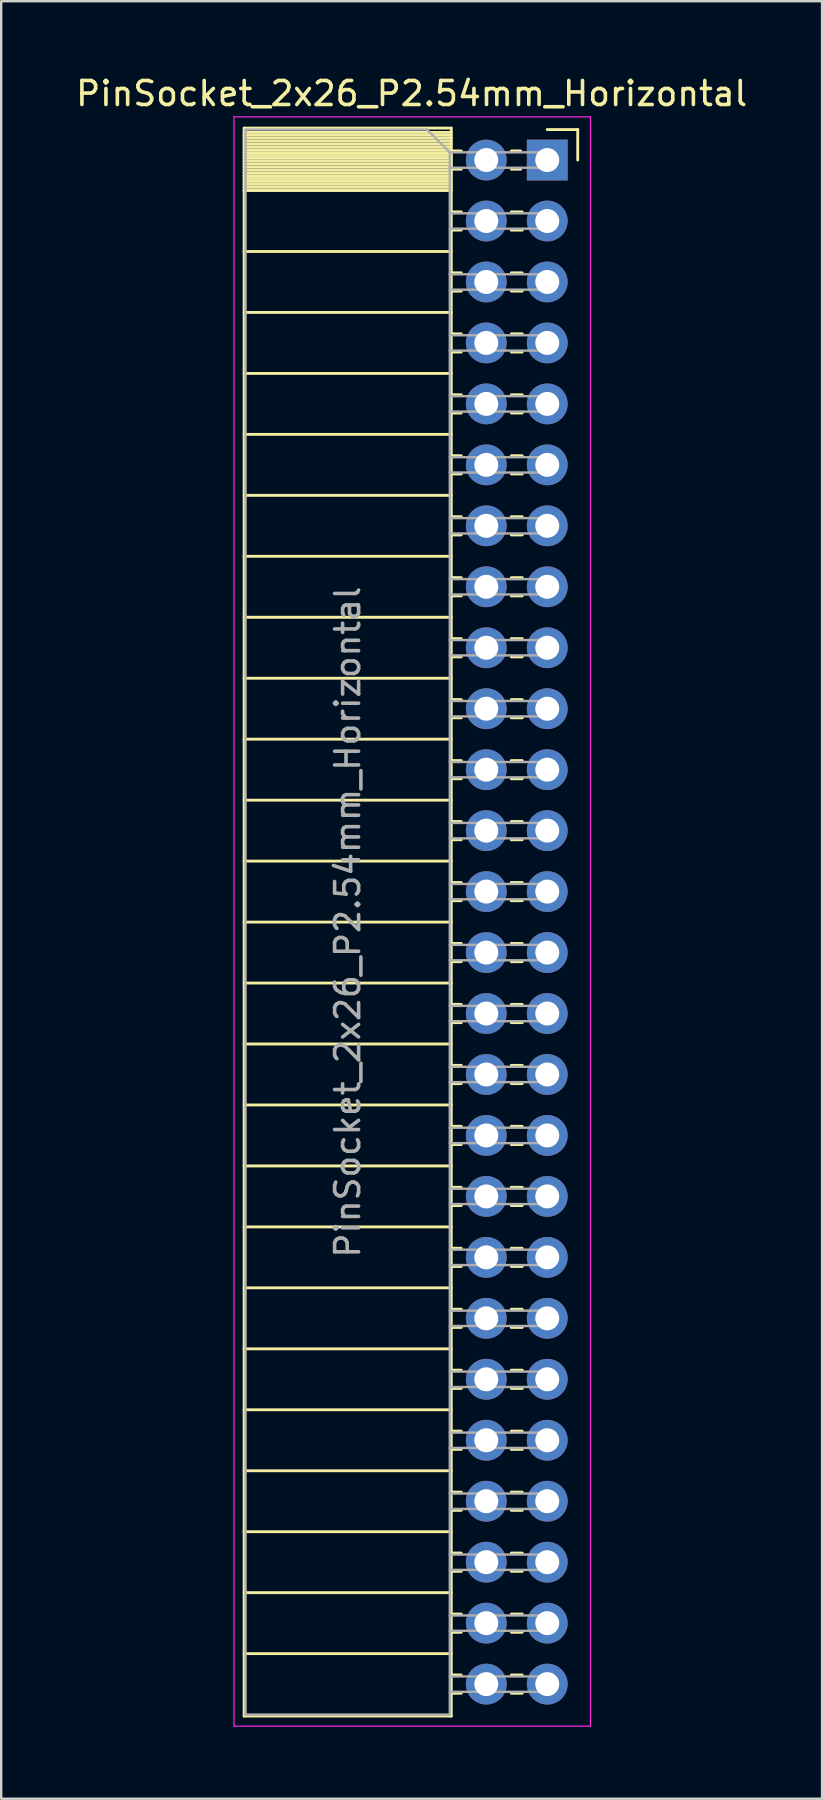
<source format=kicad_pcb>
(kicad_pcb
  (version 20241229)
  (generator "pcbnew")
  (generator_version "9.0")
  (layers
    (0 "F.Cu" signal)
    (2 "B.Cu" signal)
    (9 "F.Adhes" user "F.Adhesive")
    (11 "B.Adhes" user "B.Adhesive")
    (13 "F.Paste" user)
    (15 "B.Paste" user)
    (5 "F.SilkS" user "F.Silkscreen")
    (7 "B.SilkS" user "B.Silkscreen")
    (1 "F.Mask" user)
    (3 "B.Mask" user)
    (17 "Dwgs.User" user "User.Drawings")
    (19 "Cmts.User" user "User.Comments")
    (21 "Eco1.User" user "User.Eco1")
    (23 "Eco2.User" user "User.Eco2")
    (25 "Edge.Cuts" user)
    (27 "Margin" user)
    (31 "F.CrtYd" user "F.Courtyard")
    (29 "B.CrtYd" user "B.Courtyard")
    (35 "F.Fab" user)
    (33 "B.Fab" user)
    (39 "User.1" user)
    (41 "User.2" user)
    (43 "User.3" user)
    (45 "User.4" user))
  (footprint "PinSocket_2x26_P2.54mm_Horizontal"
    (layer "F.Cu")
    (at 19.751 3.618)
    (property "Reference" "PinSocket_2x26_P2.54mm_Horizontal" (at -5.65 -2.77 0) (layer "F.SilkS") (effects (font (size 1 1) (thickness 0.15))))
    (attr through_hole)
    (fp_line (start -12.63 -1.33) (end -12.63 64.83) (stroke (width 0.12) (type solid)) (layer "F.SilkS"))
    (fp_line (start -12.63 -1.33) (end -4 -1.33) (stroke (width 0.12) (type solid)) (layer "F.SilkS"))
    (fp_line (start -12.63 -1.15) (end -4 -1.15) (stroke (width 0.12) (type solid)) (layer "F.SilkS"))
    (fp_line (start -12.63 -1.03) (end -4 -1.03) (stroke (width 0.12) (type solid)) (layer "F.SilkS"))
    (fp_line (start -12.63 -0.91) (end -4 -0.91) (stroke (width 0.12) (type solid)) (layer "F.SilkS"))
    (fp_line (start -12.63 -0.79) (end -4 -0.79) (stroke (width 0.12) (type solid)) (layer "F.SilkS"))
    (fp_line (start -12.63 -0.67) (end -4 -0.67) (stroke (width 0.12) (type solid)) (layer "F.SilkS"))
    (fp_line (start -12.63 -0.55) (end -4 -0.55) (stroke (width 0.12) (type solid)) (layer "F.SilkS"))
    (fp_line (start -12.63 -0.43) (end -4 -0.43) (stroke (width 0.12) (type solid)) (layer "F.SilkS"))
    (fp_line (start -12.63 -0.31) (end -4 -0.31) (stroke (width 0.12) (type solid)) (layer "F.SilkS"))
    (fp_line (start -12.63 -0.19) (end -4 -0.19) (stroke (width 0.12) (type solid)) (layer "F.SilkS"))
    (fp_line (start -12.63 -0.07) (end -4 -0.07) (stroke (width 0.12) (type solid)) (layer "F.SilkS"))
    (fp_line (start -12.63 0.05) (end -4 0.05) (stroke (width 0.12) (type solid)) (layer "F.SilkS"))
    (fp_line (start -12.63 0.17) (end -4 0.17) (stroke (width 0.12) (type solid)) (layer "F.SilkS"))
    (fp_line (start -12.63 0.29) (end -4 0.29) (stroke (width 0.12) (type solid)) (layer "F.SilkS"))
    (fp_line (start -12.63 0.41) (end -4 0.41) (stroke (width 0.12) (type solid)) (layer "F.SilkS"))
    (fp_line (start -12.63 0.53) (end -4 0.53) (stroke (width 0.12) (type solid)) (layer "F.SilkS"))
    (fp_line (start -12.63 0.65) (end -4 0.65) (stroke (width 0.12) (type solid)) (layer "F.SilkS"))
    (fp_line (start -12.63 0.77) (end -4 0.77) (stroke (width 0.12) (type solid)) (layer "F.SilkS"))
    (fp_line (start -12.63 0.89) (end -4 0.89) (stroke (width 0.12) (type solid)) (layer "F.SilkS"))
    (fp_line (start -12.63 1.01) (end -4 1.01) (stroke (width 0.12) (type solid)) (layer "F.SilkS"))
    (fp_line (start -12.63 1.13) (end -4 1.13) (stroke (width 0.12) (type solid)) (layer "F.SilkS"))
    (fp_line (start -12.63 1.25) (end -4 1.25) (stroke (width 0.12) (type solid)) (layer "F.SilkS"))
    (fp_line (start -12.63 1.27) (end -4 1.27) (stroke (width 0.12) (type solid)) (layer "F.SilkS"))
    (fp_line (start -12.63 3.81) (end -4 3.81) (stroke (width 0.12) (type solid)) (layer "F.SilkS"))
    (fp_line (start -12.63 6.35) (end -4 6.35) (stroke (width 0.12) (type solid)) (layer "F.SilkS"))
    (fp_line (start -12.63 8.89) (end -4 8.89) (stroke (width 0.12) (type solid)) (layer "F.SilkS"))
    (fp_line (start -12.63 11.43) (end -4 11.43) (stroke (width 0.12) (type solid)) (layer "F.SilkS"))
    (fp_line (start -12.63 13.97) (end -4 13.97) (stroke (width 0.12) (type solid)) (layer "F.SilkS"))
    (fp_line (start -12.63 16.51) (end -4 16.51) (stroke (width 0.12) (type solid)) (layer "F.SilkS"))
    (fp_line (start -12.63 19.05) (end -4 19.05) (stroke (width 0.12) (type solid)) (layer "F.SilkS"))
    (fp_line (start -12.63 21.59) (end -4 21.59) (stroke (width 0.12) (type solid)) (layer "F.SilkS"))
    (fp_line (start -12.63 24.13) (end -4 24.13) (stroke (width 0.12) (type solid)) (layer "F.SilkS"))
    (fp_line (start -12.63 26.67) (end -4 26.67) (stroke (width 0.12) (type solid)) (layer "F.SilkS"))
    (fp_line (start -12.63 29.21) (end -4 29.21) (stroke (width 0.12) (type solid)) (layer "F.SilkS"))
    (fp_line (start -12.63 31.75) (end -4 31.75) (stroke (width 0.12) (type solid)) (layer "F.SilkS"))
    (fp_line (start -12.63 34.29) (end -4 34.29) (stroke (width 0.12) (type solid)) (layer "F.SilkS"))
    (fp_line (start -12.63 36.83) (end -4 36.83) (stroke (width 0.12) (type solid)) (layer "F.SilkS"))
    (fp_line (start -12.63 39.37) (end -4 39.37) (stroke (width 0.12) (type solid)) (layer "F.SilkS"))
    (fp_line (start -12.63 41.91) (end -4 41.91) (stroke (width 0.12) (type solid)) (layer "F.SilkS"))
    (fp_line (start -12.63 44.45) (end -4 44.45) (stroke (width 0.12) (type solid)) (layer "F.SilkS"))
    (fp_line (start -12.63 46.99) (end -4 46.99) (stroke (width 0.12) (type solid)) (layer "F.SilkS"))
    (fp_line (start -12.63 49.53) (end -4 49.53) (stroke (width 0.12) (type solid)) (layer "F.SilkS"))
    (fp_line (start -12.63 52.07) (end -4 52.07) (stroke (width 0.12) (type solid)) (layer "F.SilkS"))
    (fp_line (start -12.63 54.61) (end -4 54.61) (stroke (width 0.12) (type solid)) (layer "F.SilkS"))
    (fp_line (start -12.63 57.15) (end -4 57.15) (stroke (width 0.12) (type solid)) (layer "F.SilkS"))
    (fp_line (start -12.63 59.69) (end -4 59.69) (stroke (width 0.12) (type solid)) (layer "F.SilkS"))
    (fp_line (start -12.63 62.23) (end -4 62.23) (stroke (width 0.12) (type solid)) (layer "F.SilkS"))
    (fp_line (start -12.63 64.83) (end -4 64.83) (stroke (width 0.12) (type solid)) (layer "F.SilkS"))
    (fp_line (start -4 -1.33) (end -4 64.83) (stroke (width 0.12) (type solid)) (layer "F.SilkS"))
    (fp_line (start -4 -0.38) (end -3.583 -0.38) (stroke (width 0.12) (type solid)) (layer "F.SilkS"))
    (fp_line (start -4 0.38) (end -3.583 0.38) (stroke (width 0.12) (type solid)) (layer "F.SilkS"))
    (fp_line (start -4 2.16) (end -3.583 2.16) (stroke (width 0.12) (type solid)) (layer "F.SilkS"))
    (fp_line (start -4 2.92) (end -3.583 2.92) (stroke (width 0.12) (type solid)) (layer "F.SilkS"))
    (fp_line (start -4 4.7) (end -3.583 4.7) (stroke (width 0.12) (type solid)) (layer "F.SilkS"))
    (fp_line (start -4 5.46) (end -3.583 5.46) (stroke (width 0.12) (type solid)) (layer "F.SilkS"))
    (fp_line (start -4 7.24) (end -3.583 7.24) (stroke (width 0.12) (type solid)) (layer "F.SilkS"))
    (fp_line (start -4 8) (end -3.583 8) (stroke (width 0.12) (type solid)) (layer "F.SilkS"))
    (fp_line (start -4 9.78) (end -3.583 9.78) (stroke (width 0.12) (type solid)) (layer "F.SilkS"))
    (fp_line (start -4 10.54) (end -3.583 10.54) (stroke (width 0.12) (type solid)) (layer "F.SilkS"))
    (fp_line (start -4 12.32) (end -3.583 12.32) (stroke (width 0.12) (type solid)) (layer "F.SilkS"))
    (fp_line (start -4 13.08) (end -3.583 13.08) (stroke (width 0.12) (type solid)) (layer "F.SilkS"))
    (fp_line (start -4 14.86) (end -3.583 14.86) (stroke (width 0.12) (type solid)) (layer "F.SilkS"))
    (fp_line (start -4 15.62) (end -3.583 15.62) (stroke (width 0.12) (type solid)) (layer "F.SilkS"))
    (fp_line (start -4 17.4) (end -3.583 17.4) (stroke (width 0.12) (type solid)) (layer "F.SilkS"))
    (fp_line (start -4 18.16) (end -3.583 18.16) (stroke (width 0.12) (type solid)) (layer "F.SilkS"))
    (fp_line (start -4 19.94) (end -3.583 19.94) (stroke (width 0.12) (type solid)) (layer "F.SilkS"))
    (fp_line (start -4 20.7) (end -3.583 20.7) (stroke (width 0.12) (type solid)) (layer "F.SilkS"))
    (fp_line (start -4 22.48) (end -3.583 22.48) (stroke (width 0.12) (type solid)) (layer "F.SilkS"))
    (fp_line (start -4 23.24) (end -3.583 23.24) (stroke (width 0.12) (type solid)) (layer "F.SilkS"))
    (fp_line (start -4 25.02) (end -3.583 25.02) (stroke (width 0.12) (type solid)) (layer "F.SilkS"))
    (fp_line (start -4 25.78) (end -3.583 25.78) (stroke (width 0.12) (type solid)) (layer "F.SilkS"))
    (fp_line (start -4 27.56) (end -3.583 27.56) (stroke (width 0.12) (type solid)) (layer "F.SilkS"))
    (fp_line (start -4 28.32) (end -3.583 28.32) (stroke (width 0.12) (type solid)) (layer "F.SilkS"))
    (fp_line (start -4 30.1) (end -3.583 30.1) (stroke (width 0.12) (type solid)) (layer "F.SilkS"))
    (fp_line (start -4 30.86) (end -3.583 30.86) (stroke (width 0.12) (type solid)) (layer "F.SilkS"))
    (fp_line (start -4 32.64) (end -3.583 32.64) (stroke (width 0.12) (type solid)) (layer "F.SilkS"))
    (fp_line (start -4 33.4) (end -3.583 33.4) (stroke (width 0.12) (type solid)) (layer "F.SilkS"))
    (fp_line (start -4 35.18) (end -3.583 35.18) (stroke (width 0.12) (type solid)) (layer "F.SilkS"))
    (fp_line (start -4 35.94) (end -3.583 35.94) (stroke (width 0.12) (type solid)) (layer "F.SilkS"))
    (fp_line (start -4 37.72) (end -3.583 37.72) (stroke (width 0.12) (type solid)) (layer "F.SilkS"))
    (fp_line (start -4 38.48) (end -3.583 38.48) (stroke (width 0.12) (type solid)) (layer "F.SilkS"))
    (fp_line (start -4 40.26) (end -3.583 40.26) (stroke (width 0.12) (type solid)) (layer "F.SilkS"))
    (fp_line (start -4 41.02) (end -3.583 41.02) (stroke (width 0.12) (type solid)) (layer "F.SilkS"))
    (fp_line (start -4 42.8) (end -3.583 42.8) (stroke (width 0.12) (type solid)) (layer "F.SilkS"))
    (fp_line (start -4 43.56) (end -3.583 43.56) (stroke (width 0.12) (type solid)) (layer "F.SilkS"))
    (fp_line (start -4 45.34) (end -3.583 45.34) (stroke (width 0.12) (type solid)) (layer "F.SilkS"))
    (fp_line (start -4 46.1) (end -3.583 46.1) (stroke (width 0.12) (type solid)) (layer "F.SilkS"))
    (fp_line (start -4 47.88) (end -3.583 47.88) (stroke (width 0.12) (type solid)) (layer "F.SilkS"))
    (fp_line (start -4 48.64) (end -3.583 48.64) (stroke (width 0.12) (type solid)) (layer "F.SilkS"))
    (fp_line (start -4 50.42) (end -3.583 50.42) (stroke (width 0.12) (type solid)) (layer "F.SilkS"))
    (fp_line (start -4 51.18) (end -3.583 51.18) (stroke (width 0.12) (type solid)) (layer "F.SilkS"))
    (fp_line (start -4 52.96) (end -3.583 52.96) (stroke (width 0.12) (type solid)) (layer "F.SilkS"))
    (fp_line (start -4 53.72) (end -3.583 53.72) (stroke (width 0.12) (type solid)) (layer "F.SilkS"))
    (fp_line (start -4 55.5) (end -3.583 55.5) (stroke (width 0.12) (type solid)) (layer "F.SilkS"))
    (fp_line (start -4 56.26) (end -3.583 56.26) (stroke (width 0.12) (type solid)) (layer "F.SilkS"))
    (fp_line (start -4 58.04) (end -3.583 58.04) (stroke (width 0.12) (type solid)) (layer "F.SilkS"))
    (fp_line (start -4 58.8) (end -3.583 58.8) (stroke (width 0.12) (type solid)) (layer "F.SilkS"))
    (fp_line (start -4 60.58) (end -3.583 60.58) (stroke (width 0.12) (type solid)) (layer "F.SilkS"))
    (fp_line (start -4 61.34) (end -3.583 61.34) (stroke (width 0.12) (type solid)) (layer "F.SilkS"))
    (fp_line (start -4 63.12) (end -3.583 63.12) (stroke (width 0.12) (type solid)) (layer "F.SilkS"))
    (fp_line (start -4 63.88) (end -3.583 63.88) (stroke (width 0.12) (type solid)) (layer "F.SilkS"))
    (fp_line (start -1.497 -0.38) (end -1.11 -0.38) (stroke (width 0.12) (type solid)) (layer "F.SilkS"))
    (fp_line (start -1.497 0.38) (end -1.11 0.38) (stroke (width 0.12) (type solid)) (layer "F.SilkS"))
    (fp_line (start -1.497 2.16) (end -1.043 2.16) (stroke (width 0.12) (type solid)) (layer "F.SilkS"))
    (fp_line (start -1.497 2.92) (end -1.043 2.92) (stroke (width 0.12) (type solid)) (layer "F.SilkS"))
    (fp_line (start -1.497 4.7) (end -1.043 4.7) (stroke (width 0.12) (type solid)) (layer "F.SilkS"))
    (fp_line (start -1.497 5.46) (end -1.043 5.46) (stroke (width 0.12) (type solid)) (layer "F.SilkS"))
    (fp_line (start -1.497 7.24) (end -1.043 7.24) (stroke (width 0.12) (type solid)) (layer "F.SilkS"))
    (fp_line (start -1.497 8) (end -1.043 8) (stroke (width 0.12) (type solid)) (layer "F.SilkS"))
    (fp_line (start -1.497 9.78) (end -1.043 9.78) (stroke (width 0.12) (type solid)) (layer "F.SilkS"))
    (fp_line (start -1.497 10.54) (end -1.043 10.54) (stroke (width 0.12) (type solid)) (layer "F.SilkS"))
    (fp_line (start -1.497 12.32) (end -1.043 12.32) (stroke (width 0.12) (type solid)) (layer "F.SilkS"))
    (fp_line (start -1.497 13.08) (end -1.043 13.08) (stroke (width 0.12) (type solid)) (layer "F.SilkS"))
    (fp_line (start -1.497 14.86) (end -1.043 14.86) (stroke (width 0.12) (type solid)) (layer "F.SilkS"))
    (fp_line (start -1.497 15.62) (end -1.043 15.62) (stroke (width 0.12) (type solid)) (layer "F.SilkS"))
    (fp_line (start -1.497 17.4) (end -1.043 17.4) (stroke (width 0.12) (type solid)) (layer "F.SilkS"))
    (fp_line (start -1.497 18.16) (end -1.043 18.16) (stroke (width 0.12) (type solid)) (layer "F.SilkS"))
    (fp_line (start -1.497 19.94) (end -1.043 19.94) (stroke (width 0.12) (type solid)) (layer "F.SilkS"))
    (fp_line (start -1.497 20.7) (end -1.043 20.7) (stroke (width 0.12) (type solid)) (layer "F.SilkS"))
    (fp_line (start -1.497 22.48) (end -1.043 22.48) (stroke (width 0.12) (type solid)) (layer "F.SilkS"))
    (fp_line (start -1.497 23.24) (end -1.043 23.24) (stroke (width 0.12) (type solid)) (layer "F.SilkS"))
    (fp_line (start -1.497 25.02) (end -1.043 25.02) (stroke (width 0.12) (type solid)) (layer "F.SilkS"))
    (fp_line (start -1.497 25.78) (end -1.043 25.78) (stroke (width 0.12) (type solid)) (layer "F.SilkS"))
    (fp_line (start -1.497 27.56) (end -1.043 27.56) (stroke (width 0.12) (type solid)) (layer "F.SilkS"))
    (fp_line (start -1.497 28.32) (end -1.043 28.32) (stroke (width 0.12) (type solid)) (layer "F.SilkS"))
    (fp_line (start -1.497 30.1) (end -1.043 30.1) (stroke (width 0.12) (type solid)) (layer "F.SilkS"))
    (fp_line (start -1.497 30.86) (end -1.043 30.86) (stroke (width 0.12) (type solid)) (layer "F.SilkS"))
    (fp_line (start -1.497 32.64) (end -1.043 32.64) (stroke (width 0.12) (type solid)) (layer "F.SilkS"))
    (fp_line (start -1.497 33.4) (end -1.043 33.4) (stroke (width 0.12) (type solid)) (layer "F.SilkS"))
    (fp_line (start -1.497 35.18) (end -1.043 35.18) (stroke (width 0.12) (type solid)) (layer "F.SilkS"))
    (fp_line (start -1.497 35.94) (end -1.043 35.94) (stroke (width 0.12) (type solid)) (layer "F.SilkS"))
    (fp_line (start -1.497 37.72) (end -1.043 37.72) (stroke (width 0.12) (type solid)) (layer "F.SilkS"))
    (fp_line (start -1.497 38.48) (end -1.043 38.48) (stroke (width 0.12) (type solid)) (layer "F.SilkS"))
    (fp_line (start -1.497 40.26) (end -1.043 40.26) (stroke (width 0.12) (type solid)) (layer "F.SilkS"))
    (fp_line (start -1.497 41.02) (end -1.043 41.02) (stroke (width 0.12) (type solid)) (layer "F.SilkS"))
    (fp_line (start -1.497 42.8) (end -1.043 42.8) (stroke (width 0.12) (type solid)) (layer "F.SilkS"))
    (fp_line (start -1.497 43.56) (end -1.043 43.56) (stroke (width 0.12) (type solid)) (layer "F.SilkS"))
    (fp_line (start -1.497 45.34) (end -1.043 45.34) (stroke (width 0.12) (type solid)) (layer "F.SilkS"))
    (fp_line (start -1.497 46.1) (end -1.043 46.1) (stroke (width 0.12) (type solid)) (layer "F.SilkS"))
    (fp_line (start -1.497 47.88) (end -1.043 47.88) (stroke (width 0.12) (type solid)) (layer "F.SilkS"))
    (fp_line (start -1.497 48.64) (end -1.043 48.64) (stroke (width 0.12) (type solid)) (layer "F.SilkS"))
    (fp_line (start -1.497 50.42) (end -1.043 50.42) (stroke (width 0.12) (type solid)) (layer "F.SilkS"))
    (fp_line (start -1.497 51.18) (end -1.043 51.18) (stroke (width 0.12) (type solid)) (layer "F.SilkS"))
    (fp_line (start -1.497 52.96) (end -1.043 52.96) (stroke (width 0.12) (type solid)) (layer "F.SilkS"))
    (fp_line (start -1.497 53.72) (end -1.043 53.72) (stroke (width 0.12) (type solid)) (layer "F.SilkS"))
    (fp_line (start -1.497 55.5) (end -1.043 55.5) (stroke (width 0.12) (type solid)) (layer "F.SilkS"))
    (fp_line (start -1.497 56.26) (end -1.043 56.26) (stroke (width 0.12) (type solid)) (layer "F.SilkS"))
    (fp_line (start -1.497 58.04) (end -1.043 58.04) (stroke (width 0.12) (type solid)) (layer "F.SilkS"))
    (fp_line (start -1.497 58.8) (end -1.043 58.8) (stroke (width 0.12) (type solid)) (layer "F.SilkS"))
    (fp_line (start -1.497 60.58) (end -1.043 60.58) (stroke (width 0.12) (type solid)) (layer "F.SilkS"))
    (fp_line (start -1.497 61.34) (end -1.043 61.34) (stroke (width 0.12) (type solid)) (layer "F.SilkS"))
    (fp_line (start -1.497 63.12) (end -1.043 63.12) (stroke (width 0.12) (type solid)) (layer "F.SilkS"))
    (fp_line (start -1.497 63.88) (end -1.043 63.88) (stroke (width 0.12) (type solid)) (layer "F.SilkS"))
    (fp_line (start 0 -1.27) (end 1.27 -1.27) (stroke (width 0.12) (type solid)) (layer "F.SilkS"))
    (fp_line (start 1.27 -1.27) (end 1.27 0) (stroke (width 0.12) (type solid)) (layer "F.SilkS"))
    (fp_line (start -13.05 -1.8) (end -13.05 65.25) (stroke (width 0.05) (type solid)) (layer "F.CrtYd"))
    (fp_line (start -13.05 65.25) (end 1.8 65.25) (stroke (width 0.05) (type solid)) (layer "F.CrtYd"))
    (fp_line (start 1.8 -1.8) (end -13.05 -1.8) (stroke (width 0.05) (type solid)) (layer "F.CrtYd"))
    (fp_line (start 1.8 65.25) (end 1.8 -1.8) (stroke (width 0.05) (type solid)) (layer "F.CrtYd"))
    (fp_line (start -12.57 -1.27) (end -5.01 -1.27) (stroke (width 0.1) (type solid)) (layer "F.Fab"))
    (fp_line (start -12.57 64.77) (end -12.57 -1.27) (stroke (width 0.1) (type solid)) (layer "F.Fab"))
    (fp_line (start -5.01 -1.27) (end -4.06 -0.32) (stroke (width 0.1) (type solid)) (layer "F.Fab"))
    (fp_line (start -4.06 -0.32) (end -4.06 64.77) (stroke (width 0.1) (type solid)) (layer "F.Fab"))
    (fp_line (start -4.06 0.32) (end 0 0.32) (stroke (width 0.1) (type solid)) (layer "F.Fab"))
    (fp_line (start -4.06 2.86) (end 0 2.86) (stroke (width 0.1) (type solid)) (layer "F.Fab"))
    (fp_line (start -4.06 5.4) (end 0 5.4) (stroke (width 0.1) (type solid)) (layer "F.Fab"))
    (fp_line (start -4.06 7.94) (end 0 7.94) (stroke (width 0.1) (type solid)) (layer "F.Fab"))
    (fp_line (start -4.06 10.48) (end 0 10.48) (stroke (width 0.1) (type solid)) (layer "F.Fab"))
    (fp_line (start -4.06 13.02) (end 0 13.02) (stroke (width 0.1) (type solid)) (layer "F.Fab"))
    (fp_line (start -4.06 15.56) (end 0 15.56) (stroke (width 0.1) (type solid)) (layer "F.Fab"))
    (fp_line (start -4.06 18.1) (end 0 18.1) (stroke (width 0.1) (type solid)) (layer "F.Fab"))
    (fp_line (start -4.06 20.64) (end 0 20.64) (stroke (width 0.1) (type solid)) (layer "F.Fab"))
    (fp_line (start -4.06 23.18) (end 0 23.18) (stroke (width 0.1) (type solid)) (layer "F.Fab"))
    (fp_line (start -4.06 25.72) (end 0 25.72) (stroke (width 0.1) (type solid)) (layer "F.Fab"))
    (fp_line (start -4.06 28.26) (end 0 28.26) (stroke (width 0.1) (type solid)) (layer "F.Fab"))
    (fp_line (start -4.06 30.8) (end 0 30.8) (stroke (width 0.1) (type solid)) (layer "F.Fab"))
    (fp_line (start -4.06 33.34) (end 0 33.34) (stroke (width 0.1) (type solid)) (layer "F.Fab"))
    (fp_line (start -4.06 35.88) (end 0 35.88) (stroke (width 0.1) (type solid)) (layer "F.Fab"))
    (fp_line (start -4.06 38.42) (end 0 38.42) (stroke (width 0.1) (type solid)) (layer "F.Fab"))
    (fp_line (start -4.06 40.96) (end 0 40.96) (stroke (width 0.1) (type solid)) (layer "F.Fab"))
    (fp_line (start -4.06 43.5) (end 0 43.5) (stroke (width 0.1) (type solid)) (layer "F.Fab"))
    (fp_line (start -4.06 46.04) (end 0 46.04) (stroke (width 0.1) (type solid)) (layer "F.Fab"))
    (fp_line (start -4.06 48.58) (end 0 48.58) (stroke (width 0.1) (type solid)) (layer "F.Fab"))
    (fp_line (start -4.06 51.12) (end 0 51.12) (stroke (width 0.1) (type solid)) (layer "F.Fab"))
    (fp_line (start -4.06 53.66) (end 0 53.66) (stroke (width 0.1) (type solid)) (layer "F.Fab"))
    (fp_line (start -4.06 56.2) (end 0 56.2) (stroke (width 0.1) (type solid)) (layer "F.Fab"))
    (fp_line (start -4.06 58.74) (end 0 58.74) (stroke (width 0.1) (type solid)) (layer "F.Fab"))
    (fp_line (start -4.06 61.28) (end 0 61.28) (stroke (width 0.1) (type solid)) (layer "F.Fab"))
    (fp_line (start -4.06 63.82) (end 0 63.82) (stroke (width 0.1) (type solid)) (layer "F.Fab"))
    (fp_line (start -4.06 64.77) (end -12.57 64.77) (stroke (width 0.1) (type solid)) (layer "F.Fab"))
    (fp_line (start 0 -0.32) (end -4.06 -0.32) (stroke (width 0.1) (type solid)) (layer "F.Fab"))
    (fp_line (start 0 0.32) (end 0 -0.32) (stroke (width 0.1) (type solid)) (layer "F.Fab"))
    (fp_line (start 0 2.22) (end -4.06 2.22) (stroke (width 0.1) (type solid)) (layer "F.Fab"))
    (fp_line (start 0 2.86) (end 0 2.22) (stroke (width 0.1) (type solid)) (layer "F.Fab"))
    (fp_line (start 0 4.76) (end -4.06 4.76) (stroke (width 0.1) (type solid)) (layer "F.Fab"))
    (fp_line (start 0 5.4) (end 0 4.76) (stroke (width 0.1) (type solid)) (layer "F.Fab"))
    (fp_line (start 0 7.3) (end -4.06 7.3) (stroke (width 0.1) (type solid)) (layer "F.Fab"))
    (fp_line (start 0 7.94) (end 0 7.3) (stroke (width 0.1) (type solid)) (layer "F.Fab"))
    (fp_line (start 0 9.84) (end -4.06 9.84) (stroke (width 0.1) (type solid)) (layer "F.Fab"))
    (fp_line (start 0 10.48) (end 0 9.84) (stroke (width 0.1) (type solid)) (layer "F.Fab"))
    (fp_line (start 0 12.38) (end -4.06 12.38) (stroke (width 0.1) (type solid)) (layer "F.Fab"))
    (fp_line (start 0 13.02) (end 0 12.38) (stroke (width 0.1) (type solid)) (layer "F.Fab"))
    (fp_line (start 0 14.92) (end -4.06 14.92) (stroke (width 0.1) (type solid)) (layer "F.Fab"))
    (fp_line (start 0 15.56) (end 0 14.92) (stroke (width 0.1) (type solid)) (layer "F.Fab"))
    (fp_line (start 0 17.46) (end -4.06 17.46) (stroke (width 0.1) (type solid)) (layer "F.Fab"))
    (fp_line (start 0 18.1) (end 0 17.46) (stroke (width 0.1) (type solid)) (layer "F.Fab"))
    (fp_line (start 0 20) (end -4.06 20) (stroke (width 0.1) (type solid)) (layer "F.Fab"))
    (fp_line (start 0 20.64) (end 0 20) (stroke (width 0.1) (type solid)) (layer "F.Fab"))
    (fp_line (start 0 22.54) (end -4.06 22.54) (stroke (width 0.1) (type solid)) (layer "F.Fab"))
    (fp_line (start 0 23.18) (end 0 22.54) (stroke (width 0.1) (type solid)) (layer "F.Fab"))
    (fp_line (start 0 25.08) (end -4.06 25.08) (stroke (width 0.1) (type solid)) (layer "F.Fab"))
    (fp_line (start 0 25.72) (end 0 25.08) (stroke (width 0.1) (type solid)) (layer "F.Fab"))
    (fp_line (start 0 27.62) (end -4.06 27.62) (stroke (width 0.1) (type solid)) (layer "F.Fab"))
    (fp_line (start 0 28.26) (end 0 27.62) (stroke (width 0.1) (type solid)) (layer "F.Fab"))
    (fp_line (start 0 30.16) (end -4.06 30.16) (stroke (width 0.1) (type solid)) (layer "F.Fab"))
    (fp_line (start 0 30.8) (end 0 30.16) (stroke (width 0.1) (type solid)) (layer "F.Fab"))
    (fp_line (start 0 32.7) (end -4.06 32.7) (stroke (width 0.1) (type solid)) (layer "F.Fab"))
    (fp_line (start 0 33.34) (end 0 32.7) (stroke (width 0.1) (type solid)) (layer "F.Fab"))
    (fp_line (start 0 35.24) (end -4.06 35.24) (stroke (width 0.1) (type solid)) (layer "F.Fab"))
    (fp_line (start 0 35.88) (end 0 35.24) (stroke (width 0.1) (type solid)) (layer "F.Fab"))
    (fp_line (start 0 37.78) (end -4.06 37.78) (stroke (width 0.1) (type solid)) (layer "F.Fab"))
    (fp_line (start 0 38.42) (end 0 37.78) (stroke (width 0.1) (type solid)) (layer "F.Fab"))
    (fp_line (start 0 40.32) (end -4.06 40.32) (stroke (width 0.1) (type solid)) (layer "F.Fab"))
    (fp_line (start 0 40.96) (end 0 40.32) (stroke (width 0.1) (type solid)) (layer "F.Fab"))
    (fp_line (start 0 42.86) (end -4.06 42.86) (stroke (width 0.1) (type solid)) (layer "F.Fab"))
    (fp_line (start 0 43.5) (end 0 42.86) (stroke (width 0.1) (type solid)) (layer "F.Fab"))
    (fp_line (start 0 45.4) (end -4.06 45.4) (stroke (width 0.1) (type solid)) (layer "F.Fab"))
    (fp_line (start 0 46.04) (end 0 45.4) (stroke (width 0.1) (type solid)) (layer "F.Fab"))
    (fp_line (start 0 47.94) (end -4.06 47.94) (stroke (width 0.1) (type solid)) (layer "F.Fab"))
    (fp_line (start 0 48.58) (end 0 47.94) (stroke (width 0.1) (type solid)) (layer "F.Fab"))
    (fp_line (start 0 50.48) (end -4.06 50.48) (stroke (width 0.1) (type solid)) (layer "F.Fab"))
    (fp_line (start 0 51.12) (end 0 50.48) (stroke (width 0.1) (type solid)) (layer "F.Fab"))
    (fp_line (start 0 53.02) (end -4.06 53.02) (stroke (width 0.1) (type solid)) (layer "F.Fab"))
    (fp_line (start 0 53.66) (end 0 53.02) (stroke (width 0.1) (type solid)) (layer "F.Fab"))
    (fp_line (start 0 55.56) (end -4.06 55.56) (stroke (width 0.1) (type solid)) (layer "F.Fab"))
    (fp_line (start 0 56.2) (end 0 55.56) (stroke (width 0.1) (type solid)) (layer "F.Fab"))
    (fp_line (start 0 58.1) (end -4.06 58.1) (stroke (width 0.1) (type solid)) (layer "F.Fab"))
    (fp_line (start 0 58.74) (end 0 58.1) (stroke (width 0.1) (type solid)) (layer "F.Fab"))
    (fp_line (start 0 60.64) (end -4.06 60.64) (stroke (width 0.1) (type solid)) (layer "F.Fab"))
    (fp_line (start 0 61.28) (end 0 60.64) (stroke (width 0.1) (type solid)) (layer "F.Fab"))
    (fp_line (start 0 63.18) (end -4.06 63.18) (stroke (width 0.1) (type solid)) (layer "F.Fab"))
    (fp_line (start 0 63.82) (end 0 63.18) (stroke (width 0.1) (type solid)) (layer "F.Fab"))
    (fp_text user "${REFERENCE}" (at -8.315 31.75 90) (layer "F.Fab") (effects (font (size 1 1) (thickness 0.15))))
    (pad "1" thru_hole rect (at 0 0) (size 1.7 1.7) (drill 1) (layers "*.Cu" "*.Mask"))
    (pad "2" thru_hole oval (at -2.54 0) (size 1.7 1.7) (drill 1) (layers "*.Cu" "*.Mask"))
    (pad "3" thru_hole oval (at 0 2.54) (size 1.7 1.7) (drill 1) (layers "*.Cu" "*.Mask"))
    (pad "4" thru_hole oval (at -2.54 2.54) (size 1.7 1.7) (drill 1) (layers "*.Cu" "*.Mask"))
    (pad "5" thru_hole oval (at 0 5.08) (size 1.7 1.7) (drill 1) (layers "*.Cu" "*.Mask"))
    (pad "6" thru_hole oval (at -2.54 5.08) (size 1.7 1.7) (drill 1) (layers "*.Cu" "*.Mask"))
    (pad "7" thru_hole oval (at 0 7.62) (size 1.7 1.7) (drill 1) (layers "*.Cu" "*.Mask"))
    (pad "8" thru_hole oval (at -2.54 7.62) (size 1.7 1.7) (drill 1) (layers "*.Cu" "*.Mask"))
    (pad "9" thru_hole oval (at 0 10.16) (size 1.7 1.7) (drill 1) (layers "*.Cu" "*.Mask"))
    (pad "10" thru_hole oval (at -2.54 10.16) (size 1.7 1.7) (drill 1) (layers "*.Cu" "*.Mask"))
    (pad "11" thru_hole oval (at 0 12.7) (size 1.7 1.7) (drill 1) (layers "*.Cu" "*.Mask"))
    (pad "12" thru_hole oval (at -2.54 12.7) (size 1.7 1.7) (drill 1) (layers "*.Cu" "*.Mask"))
    (pad "13" thru_hole oval (at 0 15.24) (size 1.7 1.7) (drill 1) (layers "*.Cu" "*.Mask"))
    (pad "14" thru_hole oval (at -2.54 15.24) (size 1.7 1.7) (drill 1) (layers "*.Cu" "*.Mask"))
    (pad "15" thru_hole oval (at 0 17.78) (size 1.7 1.7) (drill 1) (layers "*.Cu" "*.Mask"))
    (pad "16" thru_hole oval (at -2.54 17.78) (size 1.7 1.7) (drill 1) (layers "*.Cu" "*.Mask"))
    (pad "17" thru_hole oval (at 0 20.32) (size 1.7 1.7) (drill 1) (layers "*.Cu" "*.Mask"))
    (pad "18" thru_hole oval (at -2.54 20.32) (size 1.7 1.7) (drill 1) (layers "*.Cu" "*.Mask"))
    (pad "19" thru_hole oval (at 0 22.86) (size 1.7 1.7) (drill 1) (layers "*.Cu" "*.Mask"))
    (pad "20" thru_hole oval (at -2.54 22.86) (size 1.7 1.7) (drill 1) (layers "*.Cu" "*.Mask"))
    (pad "21" thru_hole oval (at 0 25.4) (size 1.7 1.7) (drill 1) (layers "*.Cu" "*.Mask"))
    (pad "22" thru_hole oval (at -2.54 25.4) (size 1.7 1.7) (drill 1) (layers "*.Cu" "*.Mask"))
    (pad "23" thru_hole oval (at 0 27.94) (size 1.7 1.7) (drill 1) (layers "*.Cu" "*.Mask"))
    (pad "24" thru_hole oval (at -2.54 27.94) (size 1.7 1.7) (drill 1) (layers "*.Cu" "*.Mask"))
    (pad "25" thru_hole oval (at 0 30.48) (size 1.7 1.7) (drill 1) (layers "*.Cu" "*.Mask"))
    (pad "26" thru_hole oval (at -2.54 30.48) (size 1.7 1.7) (drill 1) (layers "*.Cu" "*.Mask"))
    (pad "27" thru_hole oval (at 0 33.02) (size 1.7 1.7) (drill 1) (layers "*.Cu" "*.Mask"))
    (pad "28" thru_hole oval (at -2.54 33.02) (size 1.7 1.7) (drill 1) (layers "*.Cu" "*.Mask"))
    (pad "29" thru_hole oval (at 0 35.56) (size 1.7 1.7) (drill 1) (layers "*.Cu" "*.Mask"))
    (pad "30" thru_hole oval (at -2.54 35.56) (size 1.7 1.7) (drill 1) (layers "*.Cu" "*.Mask"))
    (pad "31" thru_hole oval (at 0 38.1) (size 1.7 1.7) (drill 1) (layers "*.Cu" "*.Mask"))
    (pad "32" thru_hole oval (at -2.54 38.1) (size 1.7 1.7) (drill 1) (layers "*.Cu" "*.Mask"))
    (pad "33" thru_hole oval (at 0 40.64) (size 1.7 1.7) (drill 1) (layers "*.Cu" "*.Mask"))
    (pad "34" thru_hole oval (at -2.54 40.64) (size 1.7 1.7) (drill 1) (layers "*.Cu" "*.Mask"))
    (pad "35" thru_hole oval (at 0 43.18) (size 1.7 1.7) (drill 1) (layers "*.Cu" "*.Mask"))
    (pad "36" thru_hole oval (at -2.54 43.18) (size 1.7 1.7) (drill 1) (layers "*.Cu" "*.Mask"))
    (pad "37" thru_hole oval (at 0 45.72) (size 1.7 1.7) (drill 1) (layers "*.Cu" "*.Mask"))
    (pad "38" thru_hole oval (at -2.54 45.72) (size 1.7 1.7) (drill 1) (layers "*.Cu" "*.Mask"))
    (pad "39" thru_hole oval (at 0 48.26) (size 1.7 1.7) (drill 1) (layers "*.Cu" "*.Mask"))
    (pad "40" thru_hole oval (at -2.54 48.26) (size 1.7 1.7) (drill 1) (layers "*.Cu" "*.Mask"))
    (pad "41" thru_hole oval (at 0 50.8) (size 1.7 1.7) (drill 1) (layers "*.Cu" "*.Mask"))
    (pad "42" thru_hole oval (at -2.54 50.8) (size 1.7 1.7) (drill 1) (layers "*.Cu" "*.Mask"))
    (pad "43" thru_hole oval (at 0 53.34) (size 1.7 1.7) (drill 1) (layers "*.Cu" "*.Mask"))
    (pad "44" thru_hole oval (at -2.54 53.34) (size 1.7 1.7) (drill 1) (layers "*.Cu" "*.Mask"))
    (pad "45" thru_hole oval (at 0 55.88) (size 1.7 1.7) (drill 1) (layers "*.Cu" "*.Mask"))
    (pad "46" thru_hole oval (at -2.54 55.88) (size 1.7 1.7) (drill 1) (layers "*.Cu" "*.Mask"))
    (pad "47" thru_hole oval (at 0 58.42) (size 1.7 1.7) (drill 1) (layers "*.Cu" "*.Mask"))
    (pad "48" thru_hole oval (at -2.54 58.42) (size 1.7 1.7) (drill 1) (layers "*.Cu" "*.Mask"))
    (pad "49" thru_hole oval (at 0 60.96) (size 1.7 1.7) (drill 1) (layers "*.Cu" "*.Mask"))
    (pad "50" thru_hole oval (at -2.54 60.96) (size 1.7 1.7) (drill 1) (layers "*.Cu" "*.Mask"))
    (pad "51" thru_hole oval (at 0 63.5) (size 1.7 1.7) (drill 1) (layers "*.Cu" "*.Mask"))
    (pad "52" thru_hole oval (at -2.54 63.5) (size 1.7 1.7) (drill 1) (layers "*.Cu" "*.Mask")))
  (gr_rect
    (start -3 -3)
    (end 31.202 71.893)
    (stroke (width 0.1) (type default))
    (fill no)
    (layer "Edge.Cuts")))
</source>
